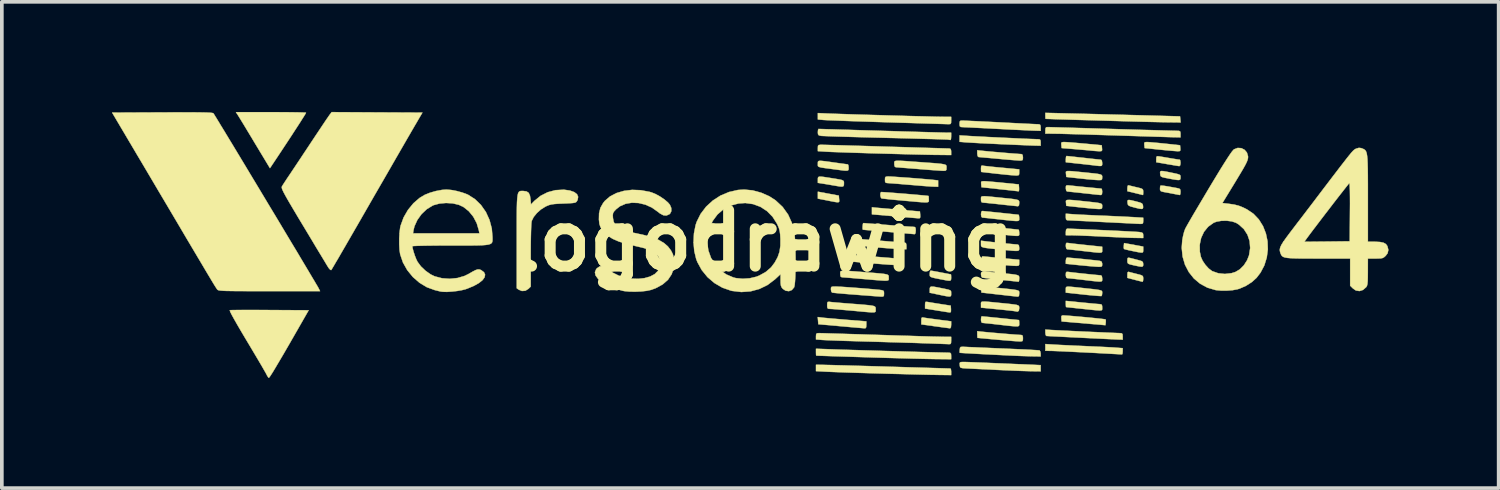
<source format=kicad_pcb>
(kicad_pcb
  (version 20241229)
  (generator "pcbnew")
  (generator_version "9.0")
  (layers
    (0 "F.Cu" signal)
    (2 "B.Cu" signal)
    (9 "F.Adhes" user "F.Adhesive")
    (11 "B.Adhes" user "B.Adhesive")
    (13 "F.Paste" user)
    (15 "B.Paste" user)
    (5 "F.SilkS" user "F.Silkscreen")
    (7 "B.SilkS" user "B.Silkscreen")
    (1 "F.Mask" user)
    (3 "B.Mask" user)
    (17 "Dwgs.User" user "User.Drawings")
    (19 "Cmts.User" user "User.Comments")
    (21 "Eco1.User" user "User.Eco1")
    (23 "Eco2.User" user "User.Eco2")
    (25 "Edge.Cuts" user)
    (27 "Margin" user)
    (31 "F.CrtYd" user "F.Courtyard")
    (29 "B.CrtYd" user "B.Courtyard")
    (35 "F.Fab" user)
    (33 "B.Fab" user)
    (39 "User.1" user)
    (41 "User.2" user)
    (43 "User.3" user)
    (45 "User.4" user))
  (footprint "logodrawing"
    (layer "F.Cu")
    (at 17.709 3.511)
    (property "Reference" "logodrawing" (at 0 0 0) (layer "F.SilkS") (effects (font (size 1.524 1.524) (thickness 0.3))))
    (attr through_hole)
    (fp_poly (pts (xy 1.81 -1.285) (xy 2.095 -1.232) (xy 2.103 -1.136) (xy 2.107 -1.095) (xy 2.105 -1.067) (xy 2.09 -1.053) (xy 2.054 -1.05) (xy 1.989 -1.059) (xy 1.887 -1.078) (xy 1.784 -1.099) (xy 1.524 -1.149) (xy 1.524 -1.338) (xy 1.81 -1.285)) (stroke (width 0.01) (type solid)) (fill yes) (layer "F.SilkS"))
    (fp_poly (pts (xy 10.389 0.157) (xy 10.389 0.244) (xy 10.388 0.284) (xy 10.382 0.309) (xy 10.362 0.321) (xy 10.319 0.32) (xy 10.244 0.308) (xy 10.13 0.285) (xy 10.101 0.279) (xy 10.001 0.258) (xy 9.921 0.239) (xy 9.873 0.225) (xy 9.865 0.221) (xy 9.858 0.189) (xy 9.86 0.135) (xy 9.868 0.062) (xy 10.389 0.157)) (stroke (width 0.01) (type solid)) (fill yes) (layer "F.SilkS"))
    (fp_poly (pts (xy 8.263 2.035) (xy 8.354 2.041) (xy 8.473 2.051) (xy 8.61 2.063) (xy 8.757 2.076) (xy 8.906 2.09) (xy 9.047 2.104) (xy 9.173 2.117) (xy 9.273 2.128) (xy 9.34 2.137) (xy 9.364 2.142) (xy 9.37 2.173) (xy 9.368 2.227) (xy 9.36 2.299) (xy 8.166 2.197) (xy 8.158 2.115) (xy 8.158 2.058) (xy 8.177 2.035) (xy 8.209 2.032) (xy 8.263 2.035)) (stroke (width 0.01) (type solid)) (fill yes) (layer "F.SilkS"))
    (fp_poly (pts (xy 4.502 1.664) (xy 4.515 1.666) (xy 4.568 1.675) (xy 4.658 1.69) (xy 4.771 1.708) (xy 4.864 1.723) (xy 5.144 1.766) (xy 5.151 1.861) (xy 5.15 1.928) (xy 5.132 1.953) (xy 5.126 1.953) (xy 5.089 1.948) (xy 5.013 1.937) (xy 4.908 1.92) (xy 4.785 1.901) (xy 4.769 1.898) (xy 4.445 1.846) (xy 4.445 1.749) (xy 4.448 1.687) (xy 4.463 1.662) (xy 4.502 1.664)) (stroke (width 0.01) (type solid)) (fill yes) (layer "F.SilkS"))
    (fp_poly (pts (xy 10.001 0.848) (xy 10.048 0.861) (xy 10.126 0.881) (xy 10.217 0.904) (xy 10.307 0.927) (xy 10.358 0.946) (xy 10.382 0.97) (xy 10.388 1.006) (xy 10.389 1.032) (xy 10.384 1.089) (xy 10.372 1.115) (xy 10.37 1.115) (xy 10.338 1.108) (xy 10.27 1.091) (xy 10.179 1.068) (xy 10.154 1.061) (xy 9.957 1.01) (xy 9.957 0.923) (xy 9.961 0.864) (xy 9.98 0.845) (xy 10.001 0.848)) (stroke (width 0.01) (type solid)) (fill yes) (layer "F.SilkS"))
    (fp_poly (pts (xy 10.028 -1.502) (xy 10.101 -1.484) (xy 10.194 -1.462) (xy 10.204 -1.46) (xy 10.298 -1.437) (xy 10.353 -1.419) (xy 10.38 -1.397) (xy 10.388 -1.365) (xy 10.389 -1.331) (xy 10.387 -1.274) (xy 10.383 -1.248) (xy 10.382 -1.248) (xy 10.356 -1.254) (xy 10.293 -1.27) (xy 10.204 -1.292) (xy 10.166 -1.301) (xy 9.957 -1.352) (xy 9.957 -1.437) (xy 9.965 -1.499) (xy 9.989 -1.513) (xy 10.028 -1.502)) (stroke (width 0.01) (type solid)) (fill yes) (layer "F.SilkS"))
    (fp_poly (pts (xy 1.63 2.091) (xy 1.688 2.098) (xy 1.787 2.107) (xy 1.919 2.119) (xy 2.073 2.132) (xy 2.24 2.146) (xy 2.292 2.151) (xy 2.845 2.195) (xy 2.845 2.291) (xy 2.84 2.356) (xy 2.821 2.382) (xy 2.8 2.384) (xy 2.763 2.381) (xy 2.683 2.374) (xy 2.568 2.364) (xy 2.425 2.352) (xy 2.261 2.337) (xy 2.146 2.327) (xy 1.537 2.273) (xy 1.529 2.175) (xy 1.521 2.077) (xy 1.63 2.091)) (stroke (width 0.01) (type solid)) (fill yes) (layer "F.SilkS"))
    (fp_poly (pts (xy 3.143 -0.899) (xy 3.215 -0.893) (xy 3.326 -0.883) (xy 3.466 -0.871) (xy 3.625 -0.857) (xy 3.791 -0.843) (xy 3.797 -0.842) (xy 4.305 -0.8) (xy 4.313 -0.705) (xy 4.315 -0.643) (xy 4.301 -0.617) (xy 4.264 -0.613) (xy 4.262 -0.613) (xy 4.221 -0.617) (xy 4.137 -0.624) (xy 4.018 -0.634) (xy 3.872 -0.646) (xy 3.707 -0.66) (xy 3.6 -0.669) (xy 2.997 -0.721) (xy 2.997 -0.914) (xy 3.143 -0.899)) (stroke (width 0.01) (type solid)) (fill yes) (layer "F.SilkS"))
    (fp_poly (pts (xy 4.395 2.089) (xy 4.401 2.091) (xy 4.446 2.099) (xy 4.531 2.112) (xy 4.644 2.127) (xy 4.774 2.144) (xy 4.807 2.149) (xy 5.156 2.193) (xy 5.156 2.29) (xy 5.149 2.36) (xy 5.127 2.384) (xy 5.124 2.384) (xy 5.089 2.379) (xy 5.013 2.369) (xy 4.906 2.355) (xy 4.779 2.337) (xy 4.718 2.329) (xy 4.343 2.277) (xy 4.343 2.177) (xy 4.346 2.113) (xy 4.361 2.088) (xy 4.395 2.089)) (stroke (width 0.01) (type solid)) (fill yes) (layer "F.SilkS"))
    (fp_poly (pts (xy 6.02 0.423) (xy 6.056 0.427) (xy 6.135 0.434) (xy 6.246 0.445) (xy 6.382 0.458) (xy 6.534 0.472) (xy 7.01 0.516) (xy 7.01 0.601) (xy 7.008 0.652) (xy 6.992 0.676) (xy 6.95 0.683) (xy 6.89 0.682) (xy 6.822 0.679) (xy 6.715 0.67) (xy 6.584 0.658) (xy 6.439 0.644) (xy 6.375 0.638) (xy 5.982 0.597) (xy 5.982 0.508) (xy 5.989 0.445) (xy 6.012 0.423) (xy 6.02 0.423)) (stroke (width 0.01) (type solid)) (fill yes) (layer "F.SilkS"))
    (fp_poly (pts (xy 4.68 1.25) (xy 4.776 1.267) (xy 4.856 1.283) (xy 4.982 1.308) (xy 5.067 1.327) (xy 5.119 1.344) (xy 5.146 1.361) (xy 5.155 1.384) (xy 5.156 1.417) (xy 5.156 1.436) (xy 5.156 1.476) (xy 5.149 1.503) (xy 5.127 1.516) (xy 5.084 1.517) (xy 5.01 1.506) (xy 4.899 1.484) (xy 4.82 1.467) (xy 4.572 1.416) (xy 4.572 1.33) (xy 4.575 1.285) (xy 4.588 1.258) (xy 4.62 1.247) (xy 4.68 1.25)) (stroke (width 0.01) (type solid)) (fill yes) (layer "F.SilkS"))
    (fp_poly (pts (xy 6.063 -1.624) (xy 6.121 -1.621) (xy 6.218 -1.613) (xy 6.344 -1.602) (xy 6.487 -1.589) (xy 6.579 -1.579) (xy 6.998 -1.537) (xy 7.006 -1.441) (xy 7.006 -1.381) (xy 6.997 -1.35) (xy 6.993 -1.349) (xy 6.962 -1.353) (xy 6.889 -1.361) (xy 6.782 -1.373) (xy 6.648 -1.388) (xy 6.496 -1.404) (xy 6.477 -1.406) (xy 5.982 -1.46) (xy 5.974 -1.543) (xy 5.972 -1.597) (xy 5.989 -1.62) (xy 6.039 -1.624) (xy 6.063 -1.624)) (stroke (width 0.01) (type solid)) (fill yes) (layer "F.SilkS"))
    (fp_poly (pts (xy 10.014 0.464) (xy 10.084 0.481) (xy 10.169 0.503) (xy 10.264 0.528) (xy 10.281 0.533) (xy 10.349 0.554) (xy 10.38 0.581) (xy 10.388 0.625) (xy 10.389 0.636) (xy 10.387 0.675) (xy 10.375 0.698) (xy 10.344 0.706) (xy 10.286 0.699) (xy 10.191 0.68) (xy 10.128 0.666) (xy 10.038 0.645) (xy 9.987 0.627) (xy 9.964 0.604) (xy 9.957 0.568) (xy 9.957 0.542) (xy 9.959 0.487) (xy 9.974 0.463) (xy 10.014 0.464)) (stroke (width 0.01) (type solid)) (fill yes) (layer "F.SilkS"))
    (fp_poly (pts (xy 10.055 -1.106) (xy 10.149 -1.083) (xy 10.198 -1.071) (xy 10.29 -1.046) (xy 10.344 -1.025) (xy 10.371 -1.001) (xy 10.381 -0.966) (xy 10.384 -0.945) (xy 10.385 -0.901) (xy 10.374 -0.875) (xy 10.342 -0.868) (xy 10.28 -0.876) (xy 10.18 -0.9) (xy 10.135 -0.912) (xy 10.046 -0.936) (xy 9.996 -0.958) (xy 9.972 -0.984) (xy 9.963 -1.024) (xy 9.962 -1.036) (xy 9.959 -1.08) (xy 9.968 -1.105) (xy 9.997 -1.114) (xy 10.055 -1.106)) (stroke (width 0.01) (type solid)) (fill yes) (layer "F.SilkS"))
    (fp_poly (pts (xy 10.508 -2.69) (xy 10.567 -2.687) (xy 10.665 -2.678) (xy 10.79 -2.667) (xy 10.931 -2.653) (xy 10.998 -2.646) (xy 11.392 -2.603) (xy 11.4 -2.521) (xy 11.402 -2.467) (xy 11.385 -2.445) (xy 11.335 -2.441) (xy 11.311 -2.442) (xy 11.252 -2.446) (xy 11.154 -2.454) (xy 11.028 -2.465) (xy 10.887 -2.479) (xy 10.82 -2.486) (xy 10.427 -2.527) (xy 10.419 -2.61) (xy 10.417 -2.663) (xy 10.434 -2.686) (xy 10.484 -2.691) (xy 10.508 -2.69)) (stroke (width 0.01) (type solid)) (fill yes) (layer "F.SilkS"))
    (fp_poly (pts (xy 10.82 -2.301) (xy 10.827 -2.3) (xy 10.889 -2.29) (xy 10.985 -2.274) (xy 11.097 -2.255) (xy 11.138 -2.248) (xy 11.241 -2.231) (xy 11.324 -2.218) (xy 11.376 -2.211) (xy 11.386 -2.21) (xy 11.398 -2.187) (xy 11.404 -2.132) (xy 11.405 -2.121) (xy 11.396 -2.057) (xy 11.374 -2.035) (xy 11.373 -2.035) (xy 11.336 -2.04) (xy 11.261 -2.052) (xy 11.158 -2.07) (xy 11.043 -2.089) (xy 10.744 -2.141) (xy 10.744 -2.227) (xy 10.748 -2.285) (xy 10.768 -2.305) (xy 10.82 -2.301)) (stroke (width 0.01) (type solid)) (fill yes) (layer "F.SilkS"))
    (fp_poly (pts (xy 8.26 -2.69) (xy 8.321 -2.687) (xy 8.423 -2.68) (xy 8.552 -2.669) (xy 8.7 -2.656) (xy 8.814 -2.646) (xy 9.258 -2.603) (xy 9.266 -2.521) (xy 9.269 -2.47) (xy 9.254 -2.446) (xy 9.21 -2.441) (xy 9.165 -2.442) (xy 9.075 -2.448) (xy 8.992 -2.455) (xy 8.979 -2.456) (xy 8.926 -2.462) (xy 8.835 -2.471) (xy 8.716 -2.481) (xy 8.58 -2.493) (xy 8.534 -2.497) (xy 8.166 -2.527) (xy 8.158 -2.61) (xy 8.156 -2.661) (xy 8.17 -2.685) (xy 8.215 -2.691) (xy 8.26 -2.69)) (stroke (width 0.01) (type solid)) (fill yes) (layer "F.SilkS"))
    (fp_poly (pts (xy 1.68 -1.741) (xy 1.796 -1.723) (xy 1.854 -1.714) (xy 2 -1.691) (xy 2.103 -1.673) (xy 2.17 -1.659) (xy 2.21 -1.643) (xy 2.229 -1.624) (xy 2.235 -1.599) (xy 2.235 -1.564) (xy 2.235 -1.56) (xy 2.233 -1.514) (xy 2.218 -1.487) (xy 2.184 -1.476) (xy 2.119 -1.481) (xy 2.015 -1.498) (xy 1.994 -1.502) (xy 1.898 -1.518) (xy 1.782 -1.538) (xy 1.695 -1.552) (xy 1.524 -1.579) (xy 1.524 -1.666) (xy 1.525 -1.707) (xy 1.533 -1.733) (xy 1.556 -1.747) (xy 1.602 -1.749) (xy 1.68 -1.741)) (stroke (width 0.01) (type solid)) (fill yes) (layer "F.SilkS"))
    (fp_poly (pts (xy 10.94 -1.898) (xy 11.033 -1.882) (xy 11.104 -1.867) (xy 11.231 -1.841) (xy 11.316 -1.822) (xy 11.367 -1.806) (xy 11.394 -1.79) (xy 11.403 -1.769) (xy 11.405 -1.739) (xy 11.405 -1.727) (xy 11.403 -1.69) (xy 11.392 -1.667) (xy 11.363 -1.656) (xy 11.31 -1.658) (xy 11.224 -1.671) (xy 11.098 -1.694) (xy 11.074 -1.699) (xy 10.971 -1.719) (xy 10.906 -1.736) (xy 10.872 -1.754) (xy 10.857 -1.78) (xy 10.851 -1.819) (xy 10.851 -1.822) (xy 10.848 -1.866) (xy 10.857 -1.892) (xy 10.885 -1.902) (xy 10.94 -1.898)) (stroke (width 0.01) (type solid)) (fill yes) (layer "F.SilkS"))
    (fp_poly (pts (xy 10.954 -1.499) (xy 11.041 -1.485) (xy 11.043 -1.485) (xy 11.148 -1.466) (xy 11.247 -1.448) (xy 11.309 -1.437) (xy 11.372 -1.422) (xy 11.399 -1.395) (xy 11.405 -1.341) (xy 11.405 -1.332) (xy 11.4 -1.275) (xy 11.388 -1.248) (xy 11.386 -1.248) (xy 11.353 -1.254) (xy 11.284 -1.267) (xy 11.195 -1.284) (xy 11.189 -1.285) (xy 11.086 -1.305) (xy 10.991 -1.322) (xy 10.928 -1.334) (xy 10.871 -1.351) (xy 10.848 -1.385) (xy 10.846 -1.419) (xy 10.85 -1.475) (xy 10.859 -1.503) (xy 10.888 -1.505) (xy 10.954 -1.499)) (stroke (width 0.01) (type solid)) (fill yes) (layer "F.SilkS"))
    (fp_poly (pts (xy 4.63 0.817) (xy 4.702 0.83) (xy 4.801 0.848) (xy 4.882 0.864) (xy 4.99 0.884) (xy 5.078 0.901) (xy 5.134 0.912) (xy 5.15 0.914) (xy 5.154 0.937) (xy 5.156 0.992) (xy 5.156 1.003) (xy 5.154 1.052) (xy 5.14 1.08) (xy 5.106 1.088) (xy 5.04 1.081) (xy 4.953 1.064) (xy 4.808 1.036) (xy 4.705 1.015) (xy 4.637 0.998) (xy 4.598 0.982) (xy 4.578 0.963) (xy 4.572 0.939) (xy 4.572 0.906) (xy 4.572 0.9) (xy 4.578 0.842) (xy 4.594 0.813) (xy 4.596 0.813) (xy 4.63 0.817)) (stroke (width 0.01) (type solid)) (fill yes) (layer "F.SilkS"))
    (fp_poly (pts (xy 6.013 -2.049) (xy 6.052 -2.042) (xy 6.132 -2.033) (xy 6.246 -2.02) (xy 6.383 -2.006) (xy 6.534 -1.992) (xy 7.01 -1.947) (xy 7.01 -1.863) (xy 7.008 -1.81) (xy 6.99 -1.786) (xy 6.942 -1.78) (xy 6.902 -1.781) (xy 6.84 -1.785) (xy 6.738 -1.793) (xy 6.61 -1.806) (xy 6.466 -1.821) (xy 6.388 -1.829) (xy 6.251 -1.845) (xy 6.132 -1.858) (xy 6.042 -1.869) (xy 5.987 -1.875) (xy 5.975 -1.877) (xy 5.971 -1.901) (xy 5.969 -1.958) (xy 5.969 -1.97) (xy 5.973 -2.03) (xy 5.991 -2.051) (xy 6.013 -2.049)) (stroke (width 0.01) (type solid)) (fill yes) (layer "F.SilkS"))
    (fp_poly (pts (xy 6.075 1.248) (xy 6.164 1.255) (xy 6.291 1.268) (xy 6.434 1.283) (xy 6.619 1.302) (xy 6.76 1.317) (xy 6.862 1.33) (xy 6.932 1.341) (xy 6.976 1.353) (xy 7 1.368) (xy 7.01 1.386) (xy 7.011 1.409) (xy 7.01 1.437) (xy 7.004 1.498) (xy 6.982 1.52) (xy 6.966 1.521) (xy 6.927 1.517) (xy 6.847 1.508) (xy 6.734 1.496) (xy 6.597 1.48) (xy 6.452 1.464) (xy 5.982 1.41) (xy 5.974 1.327) (xy 5.97 1.294) (xy 5.972 1.27) (xy 5.986 1.255) (xy 6.018 1.248) (xy 6.075 1.248)) (stroke (width 0.01) (type solid)) (fill yes) (layer "F.SilkS"))
    (fp_poly (pts (xy 8.354 0.46) (xy 8.437 0.467) (xy 8.548 0.477) (xy 8.676 0.489) (xy 8.812 0.503) (xy 8.944 0.517) (xy 9.06 0.529) (xy 9.152 0.539) (xy 9.206 0.547) (xy 9.214 0.548) (xy 9.257 0.57) (xy 9.271 0.622) (xy 9.271 0.635) (xy 9.268 0.683) (xy 9.248 0.704) (xy 9.197 0.709) (xy 9.163 0.708) (xy 9.099 0.704) (xy 8.997 0.696) (xy 8.869 0.685) (xy 8.727 0.671) (xy 8.668 0.666) (xy 8.28 0.626) (xy 8.28 0.542) (xy 8.289 0.482) (xy 8.31 0.457) (xy 8.312 0.457) (xy 8.354 0.46)) (stroke (width 0.01) (type solid)) (fill yes) (layer "F.SilkS"))
    (fp_poly (pts (xy 8.386 1.25) (xy 8.474 1.258) (xy 8.602 1.271) (xy 8.703 1.282) (xy 8.887 1.302) (xy 9.026 1.317) (xy 9.127 1.33) (xy 9.195 1.341) (xy 9.238 1.353) (xy 9.261 1.366) (xy 9.27 1.383) (xy 9.271 1.405) (xy 9.271 1.422) (xy 9.265 1.478) (xy 9.252 1.505) (xy 9.222 1.505) (xy 9.149 1.5) (xy 9.043 1.491) (xy 8.91 1.479) (xy 8.76 1.464) (xy 8.757 1.463) (xy 8.28 1.413) (xy 8.28 1.329) (xy 8.28 1.295) (xy 8.283 1.271) (xy 8.297 1.256) (xy 8.329 1.249) (xy 8.386 1.25)) (stroke (width 0.01) (type solid)) (fill yes) (layer "F.SilkS"))
    (fp_poly (pts (xy 8.719 1.681) (xy 8.866 1.695) (xy 8.999 1.708) (xy 9.109 1.718) (xy 9.184 1.724) (xy 9.214 1.726) (xy 9.253 1.735) (xy 9.269 1.77) (xy 9.271 1.816) (xy 9.272 1.847) (xy 9.271 1.871) (xy 9.263 1.887) (xy 9.24 1.896) (xy 9.196 1.898) (xy 9.126 1.894) (xy 9.022 1.884) (xy 8.88 1.869) (xy 8.725 1.853) (xy 8.583 1.838) (xy 8.46 1.824) (xy 8.364 1.814) (xy 8.304 1.807) (xy 8.287 1.805) (xy 8.282 1.782) (xy 8.28 1.727) (xy 8.28 1.72) (xy 8.28 1.637) (xy 8.719 1.681)) (stroke (width 0.01) (type solid)) (fill yes) (layer "F.SilkS"))
    (fp_poly (pts (xy -13.161 -3.505) (xy -12.963 -3.504) (xy -12.788 -3.502) (xy -12.64 -3.5) (xy -12.526 -3.497) (xy -12.451 -3.494) (xy -12.421 -3.491) (xy -12.421 -3.491) (xy -12.434 -3.464) (xy -12.473 -3.4) (xy -12.534 -3.304) (xy -12.613 -3.179) (xy -12.709 -3.032) (xy -12.817 -2.865) (xy -12.935 -2.686) (xy -13.06 -2.497) (xy -13.137 -2.38) (xy -13.404 -1.979) (xy -13.814 -2.659) (xy -13.917 -2.831) (xy -14.015 -2.993) (xy -14.102 -3.138) (xy -14.176 -3.259) (xy -14.233 -3.352) (xy -14.269 -3.41) (xy -14.277 -3.423) (xy -14.331 -3.505) (xy -13.376 -3.505) (xy -13.161 -3.505)) (stroke (width 0.01) (type solid)) (fill yes) (layer "F.SilkS"))
    (fp_poly (pts (xy 6.148 1.66) (xy 6.267 1.671) (xy 6.429 1.687) (xy 6.452 1.69) (xy 6.633 1.707) (xy 6.771 1.722) (xy 6.87 1.734) (xy 6.938 1.745) (xy 6.979 1.759) (xy 7.001 1.775) (xy 7.009 1.796) (xy 7.011 1.823) (xy 7.01 1.843) (xy 7 1.907) (xy 6.963 1.93) (xy 6.896 1.918) (xy 6.864 1.913) (xy 6.789 1.904) (xy 6.682 1.892) (xy 6.549 1.878) (xy 6.42 1.865) (xy 5.969 1.821) (xy 5.969 1.736) (xy 5.968 1.703) (xy 5.971 1.68) (xy 5.984 1.664) (xy 6.013 1.656) (xy 6.066 1.655) (xy 6.148 1.66)) (stroke (width 0.01) (type solid)) (fill yes) (layer "F.SilkS"))
    (fp_poly (pts (xy 8.33 -2.308) (xy 8.402 -2.3) (xy 8.508 -2.289) (xy 8.638 -2.274) (xy 8.763 -2.261) (xy 8.909 -2.244) (xy 9.039 -2.23) (xy 9.143 -2.219) (xy 9.213 -2.212) (xy 9.239 -2.21) (xy 9.262 -2.187) (xy 9.271 -2.125) (xy 9.271 -2.121) (xy 9.271 -2.078) (xy 9.263 -2.051) (xy 9.24 -2.039) (xy 9.19 -2.039) (xy 9.105 -2.048) (xy 9.03 -2.058) (xy 8.941 -2.068) (xy 8.819 -2.082) (xy 8.682 -2.097) (xy 8.579 -2.108) (xy 8.28 -2.14) (xy 8.28 -2.226) (xy 8.285 -2.283) (xy 8.297 -2.31) (xy 8.299 -2.311) (xy 8.33 -2.308)) (stroke (width 0.01) (type solid)) (fill yes) (layer "F.SilkS"))
    (fp_poly (pts (xy 8.345 0.059) (xy 8.35 0.06) (xy 8.398 0.067) (xy 8.487 0.078) (xy 8.606 0.091) (xy 8.745 0.106) (xy 8.846 0.117) (xy 9.271 0.161) (xy 9.271 0.245) (xy 9.272 0.276) (xy 9.27 0.299) (xy 9.259 0.314) (xy 9.233 0.322) (xy 9.186 0.323) (xy 9.11 0.318) (xy 8.999 0.306) (xy 8.848 0.289) (xy 8.75 0.278) (xy 8.61 0.262) (xy 8.487 0.248) (xy 8.39 0.238) (xy 8.329 0.231) (xy 8.312 0.23) (xy 8.29 0.206) (xy 8.28 0.143) (xy 8.28 0.138) (xy 8.284 0.078) (xy 8.301 0.056) (xy 8.345 0.059)) (stroke (width 0.01) (type solid)) (fill yes) (layer "F.SilkS"))
    (fp_poly (pts (xy 8.473 -1.109) (xy 8.598 -1.097) (xy 8.767 -1.079) (xy 8.776 -1.078) (xy 8.945 -1.06) (xy 9.071 -1.046) (xy 9.16 -1.034) (xy 9.217 -1.022) (xy 9.25 -1.008) (xy 9.266 -0.991) (xy 9.271 -0.968) (xy 9.271 -0.939) (xy 9.268 -0.892) (xy 9.248 -0.871) (xy 9.197 -0.866) (xy 9.163 -0.867) (xy 9.099 -0.871) (xy 8.997 -0.879) (xy 8.869 -0.891) (xy 8.727 -0.906) (xy 8.674 -0.911) (xy 8.293 -0.953) (xy 8.285 -1.035) (xy 8.282 -1.068) (xy 8.284 -1.091) (xy 8.298 -1.107) (xy 8.33 -1.114) (xy 8.386 -1.115) (xy 8.473 -1.109)) (stroke (width 0.01) (type solid)) (fill yes) (layer "F.SilkS"))
    (fp_poly (pts (xy 8.458 -1.896) (xy 8.578 -1.884) (xy 8.741 -1.868) (xy 8.763 -1.866) (xy 8.935 -1.848) (xy 9.063 -1.835) (xy 9.154 -1.823) (xy 9.213 -1.811) (xy 9.248 -1.797) (xy 9.265 -1.78) (xy 9.271 -1.758) (xy 9.271 -1.728) (xy 9.271 -1.727) (xy 9.268 -1.681) (xy 9.251 -1.659) (xy 9.205 -1.654) (xy 9.15 -1.655) (xy 9.081 -1.659) (xy 8.974 -1.668) (xy 8.843 -1.68) (xy 8.701 -1.695) (xy 8.661 -1.699) (xy 8.293 -1.74) (xy 8.285 -1.822) (xy 8.282 -1.854) (xy 8.282 -1.878) (xy 8.294 -1.893) (xy 8.323 -1.901) (xy 8.375 -1.901) (xy 8.458 -1.896)) (stroke (width 0.01) (type solid)) (fill yes) (layer "F.SilkS"))
    (fp_poly (pts (xy 6.077 0.011) (xy 6.144 0.019) (xy 6.243 0.03) (xy 6.365 0.043) (xy 6.499 0.057) (xy 6.634 0.071) (xy 6.76 0.083) (xy 6.866 0.093) (xy 6.942 0.099) (xy 6.976 0.102) (xy 7.002 0.125) (xy 7.01 0.191) (xy 7.01 0.225) (xy 7.006 0.25) (xy 6.991 0.266) (xy 6.958 0.274) (xy 6.901 0.275) (xy 6.814 0.269) (xy 6.689 0.257) (xy 6.52 0.24) (xy 6.515 0.24) (xy 6.336 0.221) (xy 6.201 0.207) (xy 6.103 0.194) (xy 6.038 0.182) (xy 5.998 0.168) (xy 5.977 0.152) (xy 5.97 0.13) (xy 5.969 0.101) (xy 5.969 0.086) (xy 5.969 -0.003) (xy 6.077 0.011)) (stroke (width 0.01) (type solid)) (fill yes) (layer "F.SilkS"))
    (fp_poly (pts (xy 1.636 -2.177) (xy 1.727 -2.167) (xy 1.857 -2.149) (xy 1.968 -2.133) (xy 2.097 -2.115) (xy 2.208 -2.1) (xy 2.291 -2.089) (xy 2.337 -2.083) (xy 2.342 -2.083) (xy 2.355 -2.06) (xy 2.362 -2.006) (xy 2.362 -1.994) (xy 2.362 -1.956) (xy 2.357 -1.93) (xy 2.338 -1.915) (xy 2.3 -1.91) (xy 2.233 -1.914) (xy 2.131 -1.927) (xy 1.994 -1.945) (xy 1.829 -1.967) (xy 1.708 -1.983) (xy 1.623 -1.996) (xy 1.569 -2.009) (xy 1.539 -2.022) (xy 1.526 -2.038) (xy 1.523 -2.06) (xy 1.524 -2.089) (xy 1.524 -2.097) (xy 1.524 -2.133) (xy 1.528 -2.158) (xy 1.544 -2.173) (xy 1.577 -2.18) (xy 1.636 -2.177)) (stroke (width 0.01) (type solid)) (fill yes) (layer "F.SilkS"))
    (fp_poly (pts (xy 3.504 -1.751) (xy 3.601 -1.745) (xy 3.729 -1.736) (xy 3.878 -1.726) (xy 4.04 -1.714) (xy 4.204 -1.701) (xy 4.361 -1.688) (xy 4.5 -1.676) (xy 4.613 -1.666) (xy 4.655 -1.662) (xy 4.801 -1.646) (xy 4.801 -1.473) (xy 4.68 -1.476) (xy 4.618 -1.479) (xy 4.515 -1.486) (xy 4.381 -1.496) (xy 4.226 -1.509) (xy 4.06 -1.523) (xy 4.026 -1.525) (xy 3.862 -1.539) (xy 3.712 -1.552) (xy 3.584 -1.562) (xy 3.487 -1.569) (xy 3.43 -1.573) (xy 3.423 -1.573) (xy 3.376 -1.58) (xy 3.356 -1.608) (xy 3.353 -1.664) (xy 3.356 -1.722) (xy 3.377 -1.747) (xy 3.429 -1.753) (xy 3.448 -1.753) (xy 3.504 -1.751)) (stroke (width 0.01) (type solid)) (fill yes) (layer "F.SilkS"))
    (fp_poly (pts (xy 5.541 3.302) (xy 5.635 3.305) (xy 5.767 3.31) (xy 5.931 3.316) (xy 6.121 3.324) (xy 6.331 3.333) (xy 6.554 3.342) (xy 6.598 3.344) (xy 7.595 3.388) (xy 7.595 3.556) (xy 7.334 3.553) (xy 7.236 3.55) (xy 7.098 3.546) (xy 6.929 3.54) (xy 6.741 3.532) (xy 6.543 3.523) (xy 6.388 3.516) (xy 6.197 3.506) (xy 6.015 3.498) (xy 5.851 3.49) (xy 5.712 3.483) (xy 5.607 3.478) (xy 5.55 3.475) (xy 5.465 3.469) (xy 5.419 3.459) (xy 5.398 3.437) (xy 5.391 3.397) (xy 5.39 3.385) (xy 5.387 3.333) (xy 5.402 3.309) (xy 5.448 3.302) (xy 5.491 3.301) (xy 5.541 3.302)) (stroke (width 0.01) (type solid)) (fill yes) (layer "F.SilkS"))
    (fp_poly (pts (xy 8.376 -1.508) (xy 8.449 -1.501) (xy 8.552 -1.49) (xy 8.675 -1.477) (xy 8.807 -1.464) (xy 8.938 -1.451) (xy 9.058 -1.44) (xy 9.156 -1.43) (xy 9.224 -1.424) (xy 9.249 -1.422) (xy 9.264 -1.4) (xy 9.271 -1.345) (xy 9.271 -1.333) (xy 9.265 -1.272) (xy 9.243 -1.249) (xy 9.227 -1.248) (xy 9.187 -1.252) (xy 9.107 -1.26) (xy 8.995 -1.272) (xy 8.861 -1.287) (xy 8.763 -1.297) (xy 8.621 -1.313) (xy 8.496 -1.326) (xy 8.396 -1.336) (xy 8.332 -1.343) (xy 8.312 -1.345) (xy 8.29 -1.369) (xy 8.28 -1.43) (xy 8.28 -1.433) (xy 8.283 -1.489) (xy 8.302 -1.511) (xy 8.352 -1.511) (xy 8.376 -1.508)) (stroke (width 0.01) (type solid)) (fill yes) (layer "F.SilkS"))
    (fp_poly (pts (xy 2.665 -0.048) (xy 2.738 -0.042) (xy 2.847 -0.033) (xy 2.985 -0.022) (xy 3.144 -0.009) (xy 3.251 0) (xy 3.422 0.014) (xy 3.578 0.027) (xy 3.71 0.037) (xy 3.812 0.045) (xy 3.876 0.049) (xy 3.893 0.05) (xy 3.924 0.064) (xy 3.936 0.112) (xy 3.937 0.14) (xy 3.937 0.229) (xy 3.778 0.225) (xy 3.702 0.222) (xy 3.586 0.214) (xy 3.443 0.204) (xy 3.283 0.191) (xy 3.124 0.177) (xy 2.972 0.163) (xy 2.837 0.151) (xy 2.729 0.141) (xy 2.655 0.134) (xy 2.623 0.13) (xy 2.623 0.13) (xy 2.616 0.104) (xy 2.616 0.052) (xy 2.621 -0.004) (xy 2.63 -0.044) (xy 2.635 -0.05) (xy 2.665 -0.048)) (stroke (width 0.01) (type solid)) (fill yes) (layer "F.SilkS"))
    (fp_poly (pts (xy 6.001 -2.453) (xy 6.07 -2.446) (xy 6.174 -2.436) (xy 6.302 -2.424) (xy 6.445 -2.412) (xy 6.594 -2.399) (xy 6.738 -2.387) (xy 6.868 -2.377) (xy 6.974 -2.369) (xy 7.047 -2.364) (xy 7.075 -2.362) (xy 7.103 -2.341) (xy 7.112 -2.275) (xy 7.112 -2.273) (xy 7.109 -2.218) (xy 7.092 -2.193) (xy 7.046 -2.187) (xy 7.004 -2.188) (xy 6.944 -2.192) (xy 6.845 -2.199) (xy 6.715 -2.21) (xy 6.565 -2.223) (xy 6.413 -2.237) (xy 6.261 -2.251) (xy 6.125 -2.263) (xy 6.013 -2.273) (xy 5.936 -2.28) (xy 5.9 -2.283) (xy 5.899 -2.284) (xy 5.877 -2.309) (xy 5.867 -2.371) (xy 5.867 -2.377) (xy 5.867 -2.467) (xy 6.001 -2.453)) (stroke (width 0.01) (type solid)) (fill yes) (layer "F.SilkS"))
    (fp_poly (pts (xy 6.035 -0.81) (xy 6.111 -0.802) (xy 6.221 -0.791) (xy 6.356 -0.777) (xy 6.502 -0.762) (xy 6.652 -0.746) (xy 6.784 -0.732) (xy 6.89 -0.721) (xy 6.962 -0.714) (xy 6.991 -0.711) (xy 7.004 -0.689) (xy 7.01 -0.634) (xy 7.01 -0.622) (xy 7.011 -0.59) (xy 7.009 -0.566) (xy 6.998 -0.55) (xy 6.972 -0.541) (xy 6.924 -0.539) (xy 6.849 -0.544) (xy 6.74 -0.554) (xy 6.592 -0.57) (xy 6.452 -0.586) (xy 6.31 -0.601) (xy 6.184 -0.615) (xy 6.085 -0.625) (xy 6.02 -0.632) (xy 6.001 -0.633) (xy 5.978 -0.658) (xy 5.969 -0.719) (xy 5.969 -0.724) (xy 5.977 -0.788) (xy 6 -0.812) (xy 6.001 -0.812) (xy 6.035 -0.81)) (stroke (width 0.01) (type solid)) (fill yes) (layer "F.SilkS"))
    (fp_poly (pts (xy 6.035 -0.404) (xy 6.111 -0.396) (xy 6.221 -0.385) (xy 6.356 -0.371) (xy 6.502 -0.356) (xy 6.652 -0.34) (xy 6.784 -0.326) (xy 6.89 -0.315) (xy 6.962 -0.308) (xy 6.991 -0.305) (xy 7.004 -0.283) (xy 7.01 -0.227) (xy 7.01 -0.216) (xy 7.011 -0.184) (xy 7.01 -0.16) (xy 7 -0.144) (xy 6.975 -0.135) (xy 6.928 -0.134) (xy 6.855 -0.138) (xy 6.747 -0.149) (xy 6.599 -0.165) (xy 6.477 -0.179) (xy 6.334 -0.195) (xy 6.206 -0.208) (xy 6.103 -0.219) (xy 6.035 -0.225) (xy 6.013 -0.227) (xy 5.982 -0.242) (xy 5.97 -0.291) (xy 5.969 -0.318) (xy 5.977 -0.381) (xy 5.999 -0.406) (xy 6.001 -0.406) (xy 6.035 -0.404)) (stroke (width 0.01) (type solid)) (fill yes) (layer "F.SilkS"))
    (fp_poly (pts (xy 6.178 0.846) (xy 6.305 0.858) (xy 6.476 0.875) (xy 6.502 0.877) (xy 6.675 0.895) (xy 6.803 0.908) (xy 6.893 0.92) (xy 6.953 0.933) (xy 6.988 0.947) (xy 7.005 0.966) (xy 7.01 0.991) (xy 7.01 1.023) (xy 7.01 1.029) (xy 7.006 1.087) (xy 6.994 1.114) (xy 6.991 1.114) (xy 6.961 1.111) (xy 6.889 1.103) (xy 6.782 1.092) (xy 6.65 1.078) (xy 6.502 1.063) (xy 6.352 1.047) (xy 6.218 1.032) (xy 6.109 1.019) (xy 6.034 1.009) (xy 6.001 1.003) (xy 5.978 0.973) (xy 5.969 0.915) (xy 5.97 0.885) (xy 5.975 0.863) (xy 5.993 0.848) (xy 6.028 0.841) (xy 6.088 0.84) (xy 6.178 0.846)) (stroke (width 0.01) (type solid)) (fill yes) (layer "F.SilkS"))
    (fp_poly (pts (xy 8.349 0.847) (xy 8.376 0.851) (xy 8.443 0.859) (xy 8.543 0.871) (xy 8.664 0.884) (xy 8.796 0.898) (xy 8.928 0.912) (xy 9.048 0.924) (xy 9.147 0.933) (xy 9.212 0.939) (xy 9.232 0.94) (xy 9.26 0.958) (xy 9.271 1.016) (xy 9.271 1.029) (xy 9.272 1.061) (xy 9.27 1.085) (xy 9.259 1.101) (xy 9.233 1.11) (xy 9.185 1.111) (xy 9.109 1.105) (xy 8.997 1.093) (xy 8.845 1.075) (xy 8.763 1.065) (xy 8.624 1.049) (xy 8.501 1.035) (xy 8.403 1.025) (xy 8.34 1.019) (xy 8.325 1.018) (xy 8.293 1.003) (xy 8.281 0.954) (xy 8.28 0.927) (xy 8.283 0.869) (xy 8.301 0.846) (xy 8.349 0.847)) (stroke (width 0.01) (type solid)) (fill yes) (layer "F.SilkS"))
    (fp_poly (pts (xy 8.49 -3.467) (xy 8.697 -3.462) (xy 8.943 -3.456) (xy 9.217 -3.449) (xy 9.506 -3.441) (xy 9.799 -3.434) (xy 10.084 -3.426) (xy 10.325 -3.42) (xy 11.392 -3.391) (xy 11.408 -3.226) (xy 11.057 -3.23) (xy 10.966 -3.231) (xy 10.83 -3.234) (xy 10.655 -3.238) (xy 10.447 -3.243) (xy 10.212 -3.249) (xy 9.956 -3.256) (xy 9.685 -3.264) (xy 9.405 -3.272) (xy 9.22 -3.277) (xy 8.951 -3.285) (xy 8.696 -3.292) (xy 8.462 -3.299) (xy 8.253 -3.306) (xy 8.072 -3.311) (xy 7.925 -3.316) (xy 7.815 -3.32) (xy 7.748 -3.322) (xy 7.728 -3.324) (xy 7.724 -3.349) (xy 7.722 -3.404) (xy 7.722 -3.407) (xy 7.722 -3.486) (xy 8.49 -3.467)) (stroke (width 0.01) (type solid)) (fill yes) (layer "F.SilkS"))
    (fp_poly (pts (xy 5.988 2.476) (xy 6.058 2.483) (xy 6.163 2.493) (xy 6.292 2.505) (xy 6.436 2.517) (xy 6.586 2.53) (xy 6.731 2.542) (xy 6.861 2.552) (xy 6.967 2.56) (xy 7.038 2.564) (xy 7.062 2.565) (xy 7.097 2.576) (xy 7.11 2.616) (xy 7.112 2.654) (xy 7.109 2.71) (xy 7.092 2.735) (xy 7.046 2.741) (xy 7.004 2.74) (xy 6.945 2.737) (xy 6.846 2.73) (xy 6.716 2.719) (xy 6.564 2.707) (xy 6.402 2.693) (xy 6.388 2.691) (xy 6.233 2.678) (xy 6.097 2.665) (xy 5.987 2.655) (xy 5.91 2.648) (xy 5.875 2.644) (xy 5.874 2.644) (xy 5.87 2.62) (xy 5.867 2.564) (xy 5.867 2.552) (xy 5.867 2.462) (xy 5.988 2.476)) (stroke (width 0.01) (type solid)) (fill yes) (layer "F.SilkS"))
    (fp_poly (pts (xy 6.153 -1.21) (xy 6.275 -1.198) (xy 6.44 -1.181) (xy 6.442 -1.181) (xy 6.625 -1.162) (xy 6.765 -1.148) (xy 6.865 -1.135) (xy 6.934 -1.123) (xy 6.977 -1.11) (xy 7 -1.094) (xy 7.009 -1.073) (xy 7.011 -1.046) (xy 7.01 -1.026) (xy 7.004 -0.966) (xy 6.981 -0.944) (xy 6.966 -0.943) (xy 6.927 -0.947) (xy 6.846 -0.955) (xy 6.734 -0.967) (xy 6.601 -0.981) (xy 6.502 -0.992) (xy 6.358 -1.008) (xy 6.228 -1.021) (xy 6.122 -1.032) (xy 6.05 -1.038) (xy 6.026 -1.04) (xy 5.987 -1.049) (xy 5.971 -1.084) (xy 5.969 -1.13) (xy 5.969 -1.165) (xy 5.972 -1.19) (xy 5.985 -1.206) (xy 6.015 -1.214) (xy 6.069 -1.215) (xy 6.153 -1.21)) (stroke (width 0.01) (type solid)) (fill yes) (layer "F.SilkS"))
    (fp_poly (pts (xy 7.982 2.829) (xy 8.085 2.835) (xy 8.227 2.842) (xy 8.397 2.85) (xy 8.583 2.859) (xy 8.774 2.867) (xy 8.852 2.871) (xy 9.035 2.879) (xy 9.213 2.887) (xy 9.375 2.895) (xy 9.511 2.902) (xy 9.612 2.908) (xy 9.646 2.911) (xy 9.83 2.925) (xy 9.83 3.012) (xy 9.825 3.069) (xy 9.813 3.095) (xy 9.811 3.095) (xy 9.782 3.093) (xy 9.708 3.089) (xy 9.595 3.083) (xy 9.45 3.075) (xy 9.277 3.066) (xy 9.084 3.055) (xy 8.915 3.047) (xy 8.702 3.036) (xy 8.497 3.026) (xy 8.309 3.017) (xy 8.146 3.009) (xy 8.013 3.004) (xy 7.919 3) (xy 7.88 2.999) (xy 7.722 2.997) (xy 7.722 2.813) (xy 7.982 2.829)) (stroke (width 0.01) (type solid)) (fill yes) (layer "F.SilkS"))
    (fp_poly (pts (xy 2.051 1.247) (xy 2.152 1.252) (xy 2.284 1.261) (xy 2.436 1.272) (xy 2.6 1.284) (xy 2.765 1.297) (xy 2.921 1.31) (xy 3.059 1.322) (xy 3.169 1.333) (xy 3.194 1.335) (xy 3.271 1.345) (xy 3.311 1.36) (xy 3.325 1.388) (xy 3.327 1.437) (xy 3.323 1.496) (xy 3.302 1.518) (xy 3.258 1.521) (xy 3.213 1.518) (xy 3.126 1.512) (xy 3.004 1.503) (xy 2.856 1.491) (xy 2.688 1.479) (xy 2.565 1.469) (xy 2.392 1.456) (xy 2.234 1.443) (xy 2.1 1.431) (xy 1.996 1.421) (xy 1.931 1.414) (xy 1.911 1.41) (xy 1.889 1.379) (xy 1.88 1.322) (xy 1.883 1.274) (xy 1.902 1.252) (xy 1.952 1.245) (xy 1.991 1.245) (xy 2.051 1.247)) (stroke (width 0.01) (type solid)) (fill yes) (layer "F.SilkS"))
    (fp_poly (pts (xy 2.469 0.384) (xy 2.549 0.39) (xy 2.665 0.399) (xy 2.807 0.41) (xy 2.97 0.423) (xy 3.073 0.432) (xy 3.243 0.446) (xy 3.395 0.458) (xy 3.523 0.469) (xy 3.619 0.477) (xy 3.676 0.481) (xy 3.689 0.482) (xy 3.702 0.505) (xy 3.708 0.56) (xy 3.708 0.572) (xy 3.708 0.66) (xy 3.588 0.657) (xy 3.526 0.654) (xy 3.423 0.647) (xy 3.289 0.637) (xy 3.134 0.625) (xy 2.967 0.611) (xy 2.934 0.608) (xy 2.775 0.595) (xy 2.635 0.583) (xy 2.52 0.573) (xy 2.438 0.565) (xy 2.397 0.561) (xy 2.394 0.561) (xy 2.39 0.537) (xy 2.388 0.481) (xy 2.388 0.47) (xy 2.394 0.407) (xy 2.417 0.383) (xy 2.432 0.382) (xy 2.469 0.384)) (stroke (width 0.01) (type solid)) (fill yes) (layer "F.SilkS"))
    (fp_poly (pts (xy 6.02 2.06) (xy 6.092 2.067) (xy 6.2 2.077) (xy 6.333 2.091) (xy 6.485 2.106) (xy 6.502 2.108) (xy 6.655 2.124) (xy 6.789 2.138) (xy 6.896 2.148) (xy 6.97 2.156) (xy 7.002 2.159) (xy 7.003 2.159) (xy 7.008 2.181) (xy 7.01 2.236) (xy 7.01 2.248) (xy 7.011 2.28) (xy 7.008 2.305) (xy 6.996 2.321) (xy 6.969 2.33) (xy 6.919 2.331) (xy 6.841 2.326) (xy 6.729 2.315) (xy 6.577 2.298) (xy 6.464 2.285) (xy 6.323 2.269) (xy 6.198 2.255) (xy 6.097 2.245) (xy 6.032 2.238) (xy 6.013 2.237) (xy 5.982 2.222) (xy 5.97 2.172) (xy 5.969 2.146) (xy 5.974 2.088) (xy 5.987 2.058) (xy 5.989 2.057) (xy 6.02 2.06)) (stroke (width 0.01) (type solid)) (fill yes) (layer "F.SilkS"))
    (fp_poly (pts (xy -13.759 1.884) (xy -13.539 1.885) (xy -13.418 1.886) (xy -12.349 1.892) (xy -12.691 2.489) (xy -12.865 2.792) (xy -13.015 3.051) (xy -13.142 3.267) (xy -13.245 3.441) (xy -13.325 3.574) (xy -13.384 3.667) (xy -13.42 3.719) (xy -13.435 3.734) (xy -13.456 3.713) (xy -13.487 3.662) (xy -13.496 3.643) (xy -13.52 3.598) (xy -13.567 3.516) (xy -13.632 3.403) (xy -13.712 3.267) (xy -13.804 3.112) (xy -13.902 2.947) (xy -13.921 2.915) (xy -14.075 2.658) (xy -14.203 2.442) (xy -14.306 2.265) (xy -14.386 2.124) (xy -14.444 2.019) (xy -14.481 1.946) (xy -14.497 1.904) (xy -14.498 1.891) (xy -14.471 1.888) (xy -14.398 1.887) (xy -14.285 1.885) (xy -14.138 1.884) (xy -13.961 1.884) (xy -13.759 1.884)) (stroke (width 0.01) (type solid)) (fill yes) (layer "F.SilkS"))
    (fp_poly (pts (xy 5.62 -2.858) (xy 5.717 -2.852) (xy 5.849 -2.845) (xy 6.009 -2.837) (xy 6.19 -2.827) (xy 6.384 -2.818) (xy 6.584 -2.808) (xy 6.782 -2.799) (xy 6.97 -2.79) (xy 7.141 -2.782) (xy 7.288 -2.776) (xy 7.403 -2.772) (xy 7.478 -2.769) (xy 7.499 -2.769) (xy 7.562 -2.765) (xy 7.588 -2.746) (xy 7.595 -2.697) (xy 7.595 -2.68) (xy 7.595 -2.591) (xy 7.449 -2.594) (xy 7.386 -2.596) (xy 7.281 -2.6) (xy 7.14 -2.606) (xy 6.972 -2.613) (xy 6.785 -2.621) (xy 6.586 -2.63) (xy 6.528 -2.632) (xy 6.324 -2.642) (xy 6.128 -2.651) (xy 5.947 -2.66) (xy 5.791 -2.669) (xy 5.666 -2.676) (xy 5.583 -2.681) (xy 5.569 -2.682) (xy 5.385 -2.697) (xy 5.385 -2.873) (xy 5.62 -2.858)) (stroke (width 0.01) (type solid)) (fill yes) (layer "F.SilkS"))
    (fp_poly (pts (xy 3.272 -1.328) (xy 3.342 -1.324) (xy 3.446 -1.317) (xy 3.575 -1.307) (xy 3.722 -1.295) (xy 3.878 -1.283) (xy 4.035 -1.27) (xy 4.184 -1.257) (xy 4.317 -1.245) (xy 4.427 -1.235) (xy 4.503 -1.227) (xy 4.539 -1.222) (xy 4.54 -1.222) (xy 4.544 -1.198) (xy 4.547 -1.141) (xy 4.547 -1.13) (xy 4.548 -1.102) (xy 4.547 -1.08) (xy 4.54 -1.063) (xy 4.521 -1.053) (xy 4.483 -1.048) (xy 4.422 -1.048) (xy 4.333 -1.053) (xy 4.209 -1.063) (xy 4.046 -1.078) (xy 3.837 -1.096) (xy 3.835 -1.097) (xy 3.673 -1.111) (xy 3.527 -1.125) (xy 3.405 -1.138) (xy 3.315 -1.148) (xy 3.264 -1.154) (xy 3.258 -1.156) (xy 3.237 -1.186) (xy 3.226 -1.241) (xy 3.229 -1.297) (xy 3.245 -1.328) (xy 3.272 -1.328)) (stroke (width 0.01) (type solid)) (fill yes) (layer "F.SilkS"))
    (fp_poly (pts (xy 8.375 -0.33) (xy 8.469 -0.326) (xy 8.597 -0.321) (xy 8.754 -0.315) (xy 8.931 -0.307) (xy 9.122 -0.298) (xy 9.32 -0.289) (xy 9.517 -0.28) (xy 9.706 -0.271) (xy 9.88 -0.262) (xy 10.032 -0.254) (xy 10.154 -0.247) (xy 10.24 -0.242) (xy 10.281 -0.239) (xy 10.349 -0.227) (xy 10.38 -0.207) (xy 10.388 -0.167) (xy 10.389 -0.151) (xy 10.389 -0.076) (xy 10.154 -0.08) (xy 10.06 -0.082) (xy 9.926 -0.087) (xy 9.763 -0.094) (xy 9.581 -0.102) (xy 9.392 -0.111) (xy 9.296 -0.116) (xy 9.11 -0.125) (xy 8.929 -0.133) (xy 8.764 -0.14) (xy 8.623 -0.146) (xy 8.517 -0.149) (xy 8.477 -0.15) (xy 8.28 -0.152) (xy 8.28 -0.241) (xy 8.287 -0.304) (xy 8.311 -0.329) (xy 8.325 -0.331) (xy 8.375 -0.33)) (stroke (width 0.01) (type solid)) (fill yes) (layer "F.SilkS"))
    (fp_poly (pts (xy 8.465 -0.725) (xy 8.544 -0.72) (xy 8.663 -0.713) (xy 8.814 -0.706) (xy 8.985 -0.698) (xy 9.167 -0.689) (xy 9.258 -0.686) (xy 9.448 -0.678) (xy 9.637 -0.669) (xy 9.815 -0.661) (xy 9.97 -0.653) (xy 10.091 -0.647) (xy 10.128 -0.645) (xy 10.389 -0.629) (xy 10.389 -0.543) (xy 10.384 -0.485) (xy 10.362 -0.463) (xy 10.306 -0.461) (xy 10.262 -0.463) (xy 10.173 -0.467) (xy 10.047 -0.474) (xy 9.889 -0.482) (xy 9.707 -0.491) (xy 9.507 -0.501) (xy 9.347 -0.509) (xy 9.137 -0.52) (xy 8.939 -0.53) (xy 8.761 -0.539) (xy 8.608 -0.546) (xy 8.488 -0.552) (xy 8.407 -0.556) (xy 8.376 -0.557) (xy 8.313 -0.561) (xy 8.287 -0.582) (xy 8.28 -0.632) (xy 8.28 -0.649) (xy 8.28 -0.739) (xy 8.465 -0.725)) (stroke (width 0.01) (type solid)) (fill yes) (layer "F.SilkS"))
    (fp_poly (pts (xy 2.792 -0.481) (xy 2.865 -0.475) (xy 2.975 -0.467) (xy 3.114 -0.456) (xy 3.276 -0.443) (xy 3.416 -0.432) (xy 3.594 -0.418) (xy 3.759 -0.405) (xy 3.902 -0.395) (xy 4.016 -0.387) (xy 4.093 -0.382) (xy 4.121 -0.381) (xy 4.166 -0.376) (xy 4.186 -0.353) (xy 4.191 -0.295) (xy 4.191 -0.279) (xy 4.184 -0.207) (xy 4.162 -0.181) (xy 4.159 -0.181) (xy 4.126 -0.184) (xy 4.05 -0.191) (xy 3.936 -0.201) (xy 3.793 -0.213) (xy 3.627 -0.227) (xy 3.445 -0.242) (xy 3.442 -0.243) (xy 3.261 -0.258) (xy 3.098 -0.272) (xy 2.958 -0.284) (xy 2.849 -0.293) (xy 2.778 -0.3) (xy 2.75 -0.303) (xy 2.75 -0.303) (xy 2.743 -0.327) (xy 2.743 -0.379) (xy 2.748 -0.436) (xy 2.756 -0.476) (xy 2.762 -0.482) (xy 2.792 -0.481)) (stroke (width 0.01) (type solid)) (fill yes) (layer "F.SilkS"))
    (fp_poly (pts (xy 7.88 2.429) (xy 7.953 2.433) (xy 8.064 2.439) (xy 8.206 2.446) (xy 8.373 2.454) (xy 8.557 2.463) (xy 8.751 2.472) (xy 8.946 2.481) (xy 9.136 2.489) (xy 9.314 2.497) (xy 9.471 2.504) (xy 9.601 2.509) (xy 9.696 2.513) (xy 9.749 2.515) (xy 9.753 2.515) (xy 9.805 2.52) (xy 9.826 2.545) (xy 9.83 2.603) (xy 9.83 2.692) (xy 9.709 2.689) (xy 9.656 2.687) (xy 9.558 2.682) (xy 9.424 2.676) (xy 9.259 2.668) (xy 9.07 2.659) (xy 8.864 2.649) (xy 8.687 2.64) (xy 8.477 2.63) (xy 8.283 2.62) (xy 8.11 2.611) (xy 7.964 2.604) (xy 7.853 2.598) (xy 7.78 2.594) (xy 7.753 2.593) (xy 7.731 2.568) (xy 7.722 2.508) (xy 7.722 2.505) (xy 7.722 2.419) (xy 7.88 2.429)) (stroke (width 0.01) (type solid)) (fill yes) (layer "F.SilkS"))
    (fp_poly (pts (xy 2.288 0.817) (xy 2.392 0.823) (xy 2.533 0.833) (xy 2.719 0.848) (xy 2.755 0.851) (xy 2.961 0.867) (xy 3.122 0.881) (xy 3.244 0.892) (xy 3.332 0.902) (xy 3.391 0.913) (xy 3.428 0.926) (xy 3.447 0.942) (xy 3.454 0.962) (xy 3.455 0.987) (xy 3.454 1.005) (xy 3.456 1.033) (xy 3.455 1.055) (xy 3.448 1.071) (xy 3.428 1.081) (xy 3.39 1.086) (xy 3.329 1.086) (xy 3.238 1.08) (xy 3.113 1.071) (xy 2.948 1.057) (xy 2.756 1.04) (xy 2.594 1.027) (xy 2.448 1.014) (xy 2.326 1.004) (xy 2.235 0.997) (xy 2.184 0.993) (xy 2.178 0.993) (xy 2.146 0.977) (xy 2.134 0.927) (xy 2.134 0.902) (xy 2.133 0.871) (xy 2.135 0.847) (xy 2.146 0.83) (xy 2.171 0.82) (xy 2.216 0.815) (xy 2.288 0.817)) (stroke (width 0.01) (type solid)) (fill yes) (layer "F.SilkS"))
    (fp_poly (pts (xy 3.839 -2.177) (xy 3.971 -2.168) (xy 4.144 -2.155) (xy 4.276 -2.146) (xy 4.491 -2.13) (xy 4.661 -2.118) (xy 4.791 -2.107) (xy 4.886 -2.097) (xy 4.952 -2.086) (xy 4.994 -2.075) (xy 5.017 -2.06) (xy 5.027 -2.042) (xy 5.03 -2.019) (xy 5.029 -1.992) (xy 5.027 -1.938) (xy 5.009 -1.913) (xy 4.963 -1.907) (xy 4.921 -1.908) (xy 4.864 -1.911) (xy 4.766 -1.918) (xy 4.635 -1.927) (xy 4.481 -1.939) (xy 4.313 -1.952) (xy 4.255 -1.957) (xy 4.089 -1.97) (xy 3.939 -1.982) (xy 3.812 -1.992) (xy 3.717 -2) (xy 3.661 -2.004) (xy 3.651 -2.004) (xy 3.62 -2.02) (xy 3.607 -2.07) (xy 3.607 -2.095) (xy 3.606 -2.125) (xy 3.607 -2.148) (xy 3.616 -2.165) (xy 3.638 -2.176) (xy 3.678 -2.181) (xy 3.744 -2.181) (xy 3.839 -2.177)) (stroke (width 0.01) (type solid)) (fill yes) (layer "F.SilkS"))
    (fp_poly (pts (xy 1.861 1.665) (xy 1.911 1.671) (xy 2.003 1.679) (xy 2.127 1.69) (xy 2.273 1.702) (xy 2.432 1.714) (xy 2.438 1.715) (xy 2.638 1.73) (xy 2.793 1.743) (xy 2.909 1.754) (xy 2.991 1.765) (xy 3.045 1.776) (xy 3.077 1.791) (xy 3.093 1.808) (xy 3.099 1.831) (xy 3.099 1.861) (xy 3.099 1.868) (xy 3.1 1.897) (xy 3.099 1.92) (xy 3.091 1.936) (xy 3.07 1.946) (xy 3.03 1.95) (xy 2.965 1.948) (xy 2.869 1.941) (xy 2.738 1.93) (xy 2.564 1.913) (xy 2.464 1.904) (xy 2.304 1.89) (xy 2.155 1.877) (xy 2.027 1.866) (xy 1.931 1.859) (xy 1.874 1.856) (xy 1.873 1.856) (xy 1.812 1.852) (xy 1.785 1.833) (xy 1.778 1.784) (xy 1.778 1.754) (xy 1.78 1.69) (xy 1.796 1.664) (xy 1.836 1.662) (xy 1.861 1.665)) (stroke (width 0.01) (type solid)) (fill yes) (layer "F.SilkS"))
    (fp_poly (pts (xy 5.512 2.889) (xy 5.563 2.891) (xy 5.658 2.896) (xy 5.792 2.901) (xy 5.956 2.909) (xy 6.146 2.917) (xy 6.354 2.926) (xy 6.574 2.935) (xy 6.579 2.935) (xy 6.794 2.945) (xy 6.995 2.954) (xy 7.174 2.962) (xy 7.326 2.97) (xy 7.445 2.977) (xy 7.526 2.982) (xy 7.562 2.985) (xy 7.563 2.986) (xy 7.585 3.015) (xy 7.595 3.073) (xy 7.595 3.15) (xy 7.322 3.146) (xy 7.227 3.143) (xy 7.091 3.139) (xy 6.921 3.132) (xy 6.728 3.123) (xy 6.52 3.113) (xy 6.305 3.102) (xy 6.223 3.098) (xy 6.024 3.088) (xy 5.841 3.078) (xy 5.682 3.069) (xy 5.551 3.062) (xy 5.455 3.056) (xy 5.4 3.052) (xy 5.39 3.051) (xy 5.386 3.027) (xy 5.389 2.971) (xy 5.39 2.965) (xy 5.397 2.915) (xy 5.417 2.892) (xy 5.465 2.887) (xy 5.512 2.889)) (stroke (width 0.01) (type solid)) (fill yes) (layer "F.SilkS"))
    (fp_poly (pts (xy 5.495 -3.275) (xy 5.58 -3.271) (xy 5.704 -3.265) (xy 5.861 -3.258) (xy 6.044 -3.249) (xy 6.248 -3.239) (xy 6.467 -3.228) (xy 6.502 -3.226) (xy 6.722 -3.215) (xy 6.928 -3.204) (xy 7.113 -3.195) (xy 7.273 -3.187) (xy 7.4 -3.181) (xy 7.489 -3.177) (xy 7.535 -3.176) (xy 7.537 -3.175) (xy 7.576 -3.167) (xy 7.592 -3.133) (xy 7.595 -3.086) (xy 7.595 -2.997) (xy 7.449 -3.001) (xy 7.388 -3.003) (xy 7.284 -3.007) (xy 7.144 -3.014) (xy 6.975 -3.022) (xy 6.783 -3.031) (xy 6.577 -3.042) (xy 6.439 -3.049) (xy 6.23 -3.06) (xy 6.034 -3.07) (xy 5.857 -3.079) (xy 5.706 -3.087) (xy 5.587 -3.092) (xy 5.508 -3.096) (xy 5.48 -3.097) (xy 5.418 -3.101) (xy 5.391 -3.121) (xy 5.385 -3.171) (xy 5.385 -3.188) (xy 5.389 -3.248) (xy 5.41 -3.272) (xy 5.455 -3.276) (xy 5.495 -3.275)) (stroke (width 0.01) (type solid)) (fill yes) (layer "F.SilkS"))
    (fp_poly (pts (xy 1.607 3.379) (xy 1.655 3.379) (xy 1.749 3.382) (xy 1.885 3.385) (xy 2.057 3.39) (xy 2.262 3.395) (xy 2.495 3.402) (xy 2.751 3.409) (xy 3.025 3.417) (xy 3.313 3.425) (xy 3.429 3.429) (xy 3.717 3.437) (xy 3.991 3.446) (xy 4.245 3.453) (xy 4.476 3.46) (xy 4.679 3.466) (xy 4.85 3.471) (xy 4.985 3.475) (xy 5.08 3.478) (xy 5.13 3.479) (xy 5.137 3.479) (xy 5.15 3.502) (xy 5.156 3.557) (xy 5.156 3.569) (xy 5.156 3.658) (xy 4.82 3.654) (xy 4.724 3.652) (xy 4.585 3.65) (xy 4.409 3.646) (xy 4.202 3.641) (xy 3.972 3.635) (xy 3.726 3.628) (xy 3.471 3.622) (xy 3.264 3.616) (xy 3.008 3.609) (xy 2.758 3.601) (xy 2.521 3.594) (xy 2.302 3.587) (xy 2.109 3.58) (xy 1.949 3.574) (xy 1.827 3.569) (xy 1.759 3.566) (xy 1.473 3.551) (xy 1.473 3.378) (xy 1.607 3.379)) (stroke (width 0.01) (type solid)) (fill yes) (layer "F.SilkS"))
    (fp_poly (pts (xy 1.848 -3.466) (xy 1.955 -3.462) (xy 2.102 -3.457) (xy 2.282 -3.451) (xy 2.49 -3.444) (xy 2.719 -3.437) (xy 2.964 -3.43) (xy 3.219 -3.423) (xy 3.478 -3.415) (xy 3.734 -3.408) (xy 3.981 -3.401) (xy 4.215 -3.395) (xy 4.428 -3.39) (xy 4.615 -3.385) (xy 4.77 -3.381) (xy 4.886 -3.379) (xy 4.958 -3.378) (xy 4.962 -3.378) (xy 5.156 -3.378) (xy 5.156 -3.277) (xy 5.154 -3.212) (xy 5.137 -3.183) (xy 5.093 -3.178) (xy 5.061 -3.179) (xy 5.019 -3.18) (xy 4.931 -3.183) (xy 4.801 -3.187) (xy 4.635 -3.192) (xy 4.437 -3.198) (xy 4.212 -3.205) (xy 3.964 -3.213) (xy 3.698 -3.221) (xy 3.418 -3.23) (xy 3.404 -3.23) (xy 3.121 -3.239) (xy 2.851 -3.248) (xy 2.596 -3.256) (xy 2.362 -3.264) (xy 2.155 -3.272) (xy 1.978 -3.279) (xy 1.837 -3.284) (xy 1.737 -3.289) (xy 1.683 -3.292) (xy 1.683 -3.292) (xy 1.524 -3.306) (xy 1.524 -3.48) (xy 1.848 -3.466)) (stroke (width 0.01) (type solid)) (fill yes) (layer "F.SilkS"))
    (fp_poly (pts (xy 1.924 2.957) (xy 2.03 2.961) (xy 2.173 2.966) (xy 2.35 2.971) (xy 2.553 2.977) (xy 2.777 2.984) (xy 3.017 2.991) (xy 3.267 2.999) (xy 3.521 3.006) (xy 3.774 3.013) (xy 4.02 3.02) (xy 4.253 3.027) (xy 4.469 3.033) (xy 4.66 3.038) (xy 4.823 3.042) (xy 4.95 3.045) (xy 5.037 3.047) (xy 5.074 3.048) (xy 5.129 3.052) (xy 5.152 3.076) (xy 5.156 3.134) (xy 5.156 3.137) (xy 5.156 3.226) (xy 4.743 3.222) (xy 4.638 3.22) (xy 4.489 3.217) (xy 4.301 3.213) (xy 4.082 3.208) (xy 3.839 3.201) (xy 3.577 3.194) (xy 3.303 3.186) (xy 3.023 3.178) (xy 2.908 3.174) (xy 2.645 3.166) (xy 2.397 3.158) (xy 2.169 3.151) (xy 1.966 3.145) (xy 1.792 3.139) (xy 1.652 3.134) (xy 1.551 3.131) (xy 1.492 3.128) (xy 1.48 3.127) (xy 1.475 3.103) (xy 1.473 3.046) (xy 1.473 3.032) (xy 1.473 2.941) (xy 1.924 2.957)) (stroke (width 0.01) (type solid)) (fill yes) (layer "F.SilkS"))
    (fp_poly (pts (xy 1.676 -2.615) (xy 1.766 -2.613) (xy 1.897 -2.609) (xy 2.066 -2.605) (xy 2.267 -2.599) (xy 2.496 -2.592) (xy 2.748 -2.585) (xy 3.019 -2.577) (xy 3.305 -2.568) (xy 3.404 -2.565) (xy 3.691 -2.557) (xy 3.963 -2.549) (xy 4.217 -2.541) (xy 4.448 -2.534) (xy 4.652 -2.528) (xy 4.824 -2.523) (xy 4.959 -2.519) (xy 5.055 -2.516) (xy 5.105 -2.515) (xy 5.112 -2.515) (xy 5.143 -2.501) (xy 5.155 -2.454) (xy 5.156 -2.426) (xy 5.156 -2.337) (xy 4.782 -2.341) (xy 4.677 -2.342) (xy 4.53 -2.345) (xy 4.345 -2.349) (xy 4.132 -2.354) (xy 3.897 -2.36) (xy 3.647 -2.367) (xy 3.389 -2.374) (xy 3.2 -2.379) (xy 2.948 -2.386) (xy 2.703 -2.394) (xy 2.473 -2.401) (xy 2.263 -2.408) (xy 2.079 -2.415) (xy 1.929 -2.42) (xy 1.817 -2.425) (xy 1.759 -2.428) (xy 1.524 -2.443) (xy 1.524 -2.53) (xy 1.527 -2.584) (xy 1.545 -2.609) (xy 1.592 -2.616) (xy 1.632 -2.616) (xy 1.676 -2.615)) (stroke (width 0.01) (type solid)) (fill yes) (layer "F.SilkS"))
    (fp_poly (pts (xy 7.813 -3.098) (xy 7.895 -3.095) (xy 8.018 -3.092) (xy 8.178 -3.087) (xy 8.372 -3.082) (xy 8.595 -3.075) (xy 8.843 -3.068) (xy 9.11 -3.06) (xy 9.394 -3.051) (xy 9.512 -3.048) (xy 9.803 -3.039) (xy 10.08 -3.031) (xy 10.341 -3.023) (xy 10.579 -3.017) (xy 10.791 -3.011) (xy 10.973 -3.006) (xy 11.119 -3.002) (xy 11.225 -2.999) (xy 11.286 -2.998) (xy 11.297 -2.997) (xy 11.364 -2.995) (xy 11.395 -2.98) (xy 11.404 -2.942) (xy 11.405 -2.908) (xy 11.405 -2.819) (xy 11.22 -2.823) (xy 11.16 -2.824) (xy 11.055 -2.827) (xy 10.909 -2.832) (xy 10.729 -2.837) (xy 10.52 -2.844) (xy 10.287 -2.851) (xy 10.036 -2.859) (xy 9.772 -2.867) (xy 9.639 -2.872) (xy 9.368 -2.88) (xy 9.105 -2.888) (xy 8.854 -2.896) (xy 8.624 -2.903) (xy 8.418 -2.908) (xy 8.243 -2.913) (xy 8.105 -2.917) (xy 8.009 -2.918) (xy 7.982 -2.919) (xy 7.722 -2.921) (xy 7.722 -3.01) (xy 7.727 -3.07) (xy 7.748 -3.095) (xy 7.779 -3.098) (xy 7.813 -3.098)) (stroke (width 0.01) (type solid)) (fill yes) (layer "F.SilkS"))
    (fp_poly (pts (xy 1.571 -3.047) (xy 1.646 -3.045) (xy 1.762 -3.041) (xy 1.917 -3.037) (xy 2.106 -3.031) (xy 2.324 -3.025) (xy 2.568 -3.017) (xy 2.832 -3.009) (xy 3.114 -3.001) (xy 3.239 -2.997) (xy 3.529 -2.989) (xy 3.808 -2.98) (xy 4.069 -2.973) (xy 4.309 -2.966) (xy 4.523 -2.96) (xy 4.706 -2.955) (xy 4.853 -2.951) (xy 4.961 -2.948) (xy 5.024 -2.947) (xy 5.036 -2.947) (xy 5.156 -2.946) (xy 5.156 -2.845) (xy 5.152 -2.782) (xy 5.142 -2.749) (xy 5.137 -2.747) (xy 5.098 -2.753) (xy 5.067 -2.758) (xy 5.034 -2.76) (xy 4.954 -2.763) (xy 4.832 -2.767) (xy 4.672 -2.772) (xy 4.479 -2.777) (xy 4.257 -2.783) (xy 4.01 -2.79) (xy 3.744 -2.797) (xy 3.461 -2.804) (xy 3.353 -2.807) (xy 3.064 -2.814) (xy 2.789 -2.821) (xy 2.532 -2.828) (xy 2.297 -2.835) (xy 2.089 -2.841) (xy 1.913 -2.847) (xy 1.772 -2.852) (xy 1.671 -2.856) (xy 1.615 -2.859) (xy 1.607 -2.86) (xy 1.55 -2.874) (xy 1.528 -2.905) (xy 1.524 -2.96) (xy 1.529 -3.018) (xy 1.541 -3.047) (xy 1.543 -3.048) (xy 1.571 -3.047)) (stroke (width 0.01) (type solid)) (fill yes) (layer "F.SilkS"))
    (fp_poly (pts (xy 1.595 2.516) (xy 1.681 2.518) (xy 1.808 2.522) (xy 1.973 2.527) (xy 2.169 2.533) (xy 2.393 2.54) (xy 2.64 2.547) (xy 2.906 2.556) (xy 3.185 2.564) (xy 3.213 2.565) (xy 3.497 2.574) (xy 3.771 2.583) (xy 4.029 2.59) (xy 4.267 2.598) (xy 4.479 2.604) (xy 4.66 2.609) (xy 4.806 2.612) (xy 4.911 2.615) (xy 4.971 2.616) (xy 4.972 2.616) (xy 5.156 2.616) (xy 5.156 2.718) (xy 5.153 2.783) (xy 5.138 2.811) (xy 5.1 2.816) (xy 5.086 2.815) (xy 5.04 2.813) (xy 4.953 2.81) (xy 4.831 2.805) (xy 4.686 2.8) (xy 4.525 2.794) (xy 4.483 2.793) (xy 4.335 2.788) (xy 4.145 2.781) (xy 3.923 2.775) (xy 3.679 2.767) (xy 3.422 2.76) (xy 3.162 2.752) (xy 2.909 2.745) (xy 2.896 2.745) (xy 2.661 2.738) (xy 2.435 2.731) (xy 2.226 2.725) (xy 2.038 2.718) (xy 1.879 2.712) (xy 1.756 2.707) (xy 1.674 2.703) (xy 1.657 2.702) (xy 1.473 2.688) (xy 1.473 2.601) (xy 1.478 2.543) (xy 1.5 2.519) (xy 1.556 2.515) (xy 1.595 2.516)) (stroke (width 0.01) (type solid)) (fill yes) (layer "F.SilkS"))
    (fp_poly (pts (xy -5.384 -1.391) (xy -5.23 -1.369) (xy -5.113 -1.327) (xy -5.038 -1.27) (xy -5.007 -1.198) (xy -5.022 -1.114) (xy -5.033 -1.094) (xy -5.049 -1.068) (xy -5.07 -1.049) (xy -5.105 -1.037) (xy -5.161 -1.029) (xy -5.249 -1.023) (xy -5.377 -1.017) (xy -5.411 -1.016) (xy -5.554 -1.01) (xy -5.659 -1.002) (xy -5.737 -0.991) (xy -5.8 -0.974) (xy -5.86 -0.95) (xy -5.898 -0.932) (xy -6.02 -0.856) (xy -6.131 -0.757) (xy -6.219 -0.649) (xy -6.271 -0.544) (xy -6.273 -0.537) (xy -6.28 -0.487) (xy -6.286 -0.392) (xy -6.291 -0.259) (xy -6.295 -0.092) (xy -6.298 0.103) (xy -6.299 0.319) (xy -6.299 0.401) (xy -6.299 1.247) (xy -6.362 1.309) (xy -6.446 1.361) (xy -6.54 1.367) (xy -6.624 1.332) (xy -6.68 1.293) (xy -6.68 0.016) (xy -6.68 -0.283) (xy -6.68 -0.535) (xy -6.679 -0.745) (xy -6.677 -0.915) (xy -6.673 -1.051) (xy -6.666 -1.156) (xy -6.657 -1.233) (xy -6.645 -1.288) (xy -6.629 -1.324) (xy -6.608 -1.345) (xy -6.583 -1.355) (xy -6.552 -1.358) (xy -6.516 -1.358) (xy -6.505 -1.358) (xy -6.414 -1.346) (xy -6.354 -1.306) (xy -6.32 -1.23) (xy -6.305 -1.132) (xy -6.293 -0.991) (xy -6.197 -1.09) (xy -6.031 -1.225) (xy -5.838 -1.323) (xy -5.625 -1.38) (xy -5.405 -1.392) (xy -5.384 -1.391)) (stroke (width 0.01) (type solid)) (fill yes) (layer "F.SilkS"))
    (fp_poly (pts (xy -10.486 -3.499) (xy -9.25 -3.493) (xy -9.34 -3.34) (xy -9.39 -3.254) (xy -9.465 -3.126) (xy -9.562 -2.959) (xy -9.68 -2.755) (xy -9.818 -2.516) (xy -9.974 -2.246) (xy -10.147 -1.945) (xy -10.336 -1.617) (xy -10.54 -1.265) (xy -10.756 -0.889) (xy -10.953 -0.546) (xy -11.09 -0.309) (xy -11.22 -0.084) (xy -11.34 0.124) (xy -11.448 0.31) (xy -11.542 0.473) (xy -11.621 0.606) (xy -11.68 0.707) (xy -11.719 0.772) (xy -11.735 0.797) (xy -11.759 0.791) (xy -11.797 0.75) (xy -11.817 0.72) (xy -11.843 0.679) (xy -11.891 0.599) (xy -11.96 0.484) (xy -12.047 0.341) (xy -12.148 0.174) (xy -12.26 -0.014) (xy -12.381 -0.215) (xy -12.493 -0.401) (xy -12.637 -0.64) (xy -12.756 -0.84) (xy -12.853 -1.004) (xy -12.93 -1.136) (xy -12.988 -1.24) (xy -13.031 -1.32) (xy -13.059 -1.379) (xy -13.076 -1.421) (xy -13.082 -1.451) (xy -13.081 -1.471) (xy -13.078 -1.48) (xy -13.051 -1.525) (xy -13.003 -1.599) (xy -12.942 -1.692) (xy -12.901 -1.753) (xy -12.851 -1.827) (xy -12.777 -1.938) (xy -12.685 -2.076) (xy -12.579 -2.235) (xy -12.464 -2.409) (xy -12.344 -2.589) (xy -12.284 -2.68) (xy -12.17 -2.852) (xy -12.063 -3.012) (xy -11.967 -3.156) (xy -11.886 -3.277) (xy -11.822 -3.37) (xy -11.781 -3.43) (xy -11.767 -3.448) (xy -11.722 -3.506) (xy -10.486 -3.499)) (stroke (width 0.01) (type solid)) (fill yes) (layer "F.SilkS"))
    (fp_poly (pts (xy -15.543 -3.501) (xy -15.363 -3.499) (xy -15.22 -3.497) (xy -15.111 -3.494) (xy -15.032 -3.49) (xy -14.98 -3.484) (xy -14.952 -3.478) (xy -14.945 -3.474) (xy -14.928 -3.448) (xy -14.888 -3.383) (xy -14.825 -3.281) (xy -14.743 -3.145) (xy -14.642 -2.98) (xy -14.526 -2.788) (xy -14.396 -2.574) (xy -14.255 -2.34) (xy -14.104 -2.09) (xy -13.946 -1.827) (xy -13.782 -1.555) (xy -13.615 -1.277) (xy -13.447 -0.997) (xy -13.279 -0.719) (xy -13.114 -0.444) (xy -12.955 -0.178) (xy -12.802 0.077) (xy -12.658 0.316) (xy -12.526 0.538) (xy -12.407 0.737) (xy -12.303 0.912) (xy -12.216 1.058) (xy -12.149 1.171) (xy -12.103 1.249) (xy -12.081 1.288) (xy -12.081 1.289) (xy -12.038 1.372) (xy -13.419 1.372) (xy -13.72 1.372) (xy -13.975 1.371) (xy -14.186 1.37) (xy -14.359 1.369) (xy -14.498 1.367) (xy -14.606 1.365) (xy -14.687 1.361) (xy -14.746 1.356) (xy -14.787 1.351) (xy -14.814 1.344) (xy -14.831 1.335) (xy -14.839 1.327) (xy -14.849 1.314) (xy -14.865 1.29) (xy -14.889 1.253) (xy -14.922 1.2) (xy -14.966 1.128) (xy -15.021 1.036) (xy -15.09 0.921) (xy -15.174 0.78) (xy -15.274 0.611) (xy -15.392 0.413) (xy -15.529 0.182) (xy -15.687 -0.084) (xy -15.866 -0.388) (xy -16.069 -0.731) (xy -16.23 -1.003) (xy -16.332 -1.175) (xy -16.45 -1.374) (xy -16.574 -1.584) (xy -16.694 -1.787) (xy -16.794 -1.956) (xy -16.901 -2.137) (xy -17.025 -2.345) (xy -17.154 -2.564) (xy -17.28 -2.776) (xy -17.392 -2.966) (xy -17.396 -2.972) (xy -17.704 -3.493) (xy -16.34 -3.499) (xy -16.028 -3.5) (xy -15.763 -3.501) (xy -15.543 -3.501)) (stroke (width 0.01) (type solid)) (fill yes) (layer "F.SilkS"))
    (fp_poly (pts (xy -0.254 -1.374) (xy -0.021 -1.311) (xy 0.2 -1.214) (xy 0.374 -1.101) (xy 0.564 -0.923) (xy 0.714 -0.714) (xy 0.821 -0.477) (xy 0.877 -0.267) (xy 0.89 -0.172) (xy 0.901 -0.044) (xy 0.908 0.11) (xy 0.914 0.282) (xy 0.917 0.462) (xy 0.917 0.643) (xy 0.914 0.816) (xy 0.91 0.973) (xy 0.902 1.105) (xy 0.892 1.205) (xy 0.879 1.263) (xy 0.877 1.268) (xy 0.815 1.341) (xy 0.735 1.372) (xy 0.647 1.36) (xy 0.57 1.309) (xy 0.536 1.267) (xy 0.517 1.219) (xy 0.509 1.147) (xy 0.508 1.078) (xy 0.508 0.909) (xy 0.356 1.05) (xy 0.154 1.203) (xy -0.07 1.312) (xy -0.31 1.377) (xy -0.56 1.395) (xy -0.813 1.365) (xy -0.844 1.358) (xy -1.078 1.276) (xy -1.293 1.151) (xy -1.483 0.989) (xy -1.64 0.796) (xy -1.759 0.579) (xy -1.791 0.495) (xy -1.843 0.279) (xy -1.863 0.052) (xy -1.489 0.052) (xy -1.459 0.264) (xy -1.388 0.462) (xy -1.281 0.641) (xy -1.141 0.794) (xy -0.973 0.915) (xy -0.781 0.997) (xy -0.708 1.016) (xy -0.526 1.034) (xy -0.332 1.021) (xy -0.149 0.978) (xy -0.068 0.945) (xy 0.111 0.844) (xy 0.251 0.722) (xy 0.35 0.59) (xy 0.43 0.443) (xy 0.48 0.297) (xy 0.503 0.135) (xy 0.504 -0.049) (xy 0.497 -0.174) (xy 0.485 -0.266) (xy 0.464 -0.344) (xy 0.43 -0.425) (xy 0.411 -0.465) (xy 0.291 -0.655) (xy 0.138 -0.81) (xy -0.04 -0.926) (xy -0.239 -1) (xy -0.452 -1.03) (xy -0.64 -1.017) (xy -0.858 -0.958) (xy -1.049 -0.857) (xy -1.211 -0.718) (xy -1.34 -0.544) (xy -1.432 -0.338) (xy -1.475 -0.166) (xy -1.489 0.052) (xy -1.863 0.052) (xy -1.863 0.042) (xy -1.852 -0.198) (xy -1.808 -0.423) (xy -1.779 -0.513) (xy -1.67 -0.733) (xy -1.521 -0.929) (xy -1.338 -1.097) (xy -1.129 -1.232) (xy -0.898 -1.329) (xy -0.654 -1.385) (xy -0.483 -1.396) (xy -0.254 -1.374)) (stroke (width 0.01) (type solid)) (fill yes) (layer "F.SilkS"))
    (fp_poly (pts (xy 13.063 -2.524) (xy 13.15 -2.48) (xy 13.214 -2.405) (xy 13.244 -2.305) (xy 13.245 -2.279) (xy 13.241 -2.241) (xy 13.229 -2.196) (xy 13.206 -2.139) (xy 13.169 -2.065) (xy 13.115 -1.968) (xy 13.04 -1.841) (xy 12.943 -1.68) (xy 12.895 -1.6) (xy 12.546 -1.029) (xy 12.718 -1.009) (xy 12.869 -0.987) (xy 12.994 -0.955) (xy 13.118 -0.905) (xy 13.214 -0.857) (xy 13.393 -0.736) (xy 13.539 -0.582) (xy 13.652 -0.401) (xy 13.731 -0.2) (xy 13.776 0.014) (xy 13.784 0.235) (xy 13.755 0.455) (xy 13.689 0.669) (xy 13.584 0.868) (xy 13.476 1.009) (xy 13.347 1.125) (xy 13.187 1.227) (xy 13.016 1.302) (xy 12.954 1.321) (xy 12.824 1.345) (xy 12.668 1.357) (xy 12.51 1.357) (xy 12.373 1.344) (xy 12.361 1.342) (xy 12.137 1.276) (xy 11.939 1.169) (xy 11.769 1.026) (xy 11.631 0.852) (xy 11.527 0.652) (xy 11.462 0.431) (xy 11.438 0.194) (xy 11.444 0.104) (xy 11.928 0.104) (xy 11.931 0.299) (xy 11.96 0.438) (xy 12.007 0.544) (xy 12.082 0.654) (xy 12.171 0.753) (xy 12.261 0.822) (xy 12.27 0.827) (xy 12.433 0.884) (xy 12.613 0.903) (xy 12.795 0.882) (xy 12.903 0.848) (xy 13.023 0.776) (xy 13.132 0.666) (xy 13.219 0.53) (xy 13.272 0.395) (xy 13.303 0.197) (xy 13.288 0.008) (xy 13.229 -0.166) (xy 13.131 -0.319) (xy 12.995 -0.443) (xy 12.917 -0.491) (xy 12.805 -0.529) (xy 12.667 -0.547) (xy 12.521 -0.545) (xy 12.388 -0.522) (xy 12.306 -0.491) (xy 12.158 -0.384) (xy 12.044 -0.244) (xy 11.967 -0.079) (xy 11.928 0.104) (xy 11.444 0.104) (xy 11.453 -0.016) (xy 11.474 -0.129) (xy 11.501 -0.237) (xy 11.53 -0.319) (xy 11.53 -0.32) (xy 11.553 -0.364) (xy 11.599 -0.447) (xy 11.666 -0.563) (xy 11.75 -0.708) (xy 11.85 -0.877) (xy 11.961 -1.064) (xy 12.081 -1.266) (xy 12.183 -1.438) (xy 12.342 -1.701) (xy 12.476 -1.922) (xy 12.589 -2.103) (xy 12.681 -2.247) (xy 12.753 -2.356) (xy 12.808 -2.433) (xy 12.847 -2.479) (xy 12.865 -2.494) (xy 12.964 -2.531) (xy 13.063 -2.524)) (stroke (width 0.01) (type solid)) (fill yes) (layer "F.SilkS"))
    (fp_poly (pts (xy -3.304 -1.379) (xy -3.069 -1.336) (xy -3.006 -1.318) (xy -2.893 -1.272) (xy -2.771 -1.204) (xy -2.655 -1.125) (xy -2.561 -1.045) (xy -2.508 -0.983) (xy -2.47 -0.894) (xy -2.468 -0.808) (xy -2.503 -0.74) (xy -2.52 -0.725) (xy -2.601 -0.689) (xy -2.685 -0.696) (xy -2.779 -0.746) (xy -2.837 -0.792) (xy -3 -0.907) (xy -3.177 -0.986) (xy -3.361 -1.03) (xy -3.542 -1.038) (xy -3.713 -1.009) (xy -3.866 -0.943) (xy -3.971 -0.861) (xy -4.028 -0.801) (xy -4.056 -0.753) (xy -4.063 -0.697) (xy -4.059 -0.622) (xy -4.04 -0.522) (xy -4 -0.44) (xy -3.933 -0.373) (xy -3.833 -0.317) (xy -3.695 -0.268) (xy -3.514 -0.222) (xy -3.429 -0.205) (xy -3.176 -0.148) (xy -2.969 -0.087) (xy -2.802 -0.018) (xy -2.668 0.061) (xy -2.563 0.152) (xy -2.481 0.259) (xy -2.478 0.263) (xy -2.426 0.366) (xy -2.399 0.473) (xy -2.392 0.546) (xy -2.403 0.739) (xy -2.459 0.911) (xy -2.56 1.062) (xy -2.705 1.188) (xy -2.892 1.29) (xy -3.02 1.337) (xy -3.135 1.362) (xy -3.283 1.379) (xy -3.446 1.386) (xy -3.605 1.384) (xy -3.743 1.371) (xy -3.797 1.361) (xy -4.029 1.295) (xy -4.218 1.215) (xy -4.372 1.119) (xy -4.467 1.033) (xy -4.534 0.941) (xy -4.55 0.856) (xy -4.517 0.775) (xy -4.495 0.748) (xy -4.415 0.694) (xy -4.327 0.689) (xy -4.234 0.732) (xy -4.186 0.772) (xy -4.056 0.872) (xy -3.901 0.948) (xy -3.729 1.001) (xy -3.549 1.03) (xy -3.37 1.036) (xy -3.2 1.017) (xy -3.047 0.974) (xy -2.921 0.907) (xy -2.829 0.815) (xy -2.821 0.802) (xy -2.773 0.683) (xy -2.77 0.56) (xy -2.81 0.445) (xy -2.845 0.397) (xy -2.913 0.332) (xy -2.998 0.278) (xy -3.107 0.232) (xy -3.249 0.188) (xy -3.434 0.145) (xy -3.448 0.142) (xy -3.697 0.083) (xy -3.902 0.018) (xy -4.068 -0.055) (xy -4.2 -0.138) (xy -4.304 -0.235) (xy -4.354 -0.299) (xy -4.401 -0.378) (xy -4.428 -0.461) (xy -4.44 -0.57) (xy -4.441 -0.573) (xy -4.437 -0.75) (xy -4.4 -0.899) (xy -4.325 -1.031) (xy -4.278 -1.089) (xy -4.136 -1.211) (xy -3.96 -1.302) (xy -3.757 -1.361) (xy -3.536 -1.388) (xy -3.304 -1.379)) (stroke (width 0.01) (type solid)) (fill yes) (layer "F.SilkS"))
    (fp_poly (pts (xy -8.466 -1.385) (xy -8.312 -1.356) (xy -8.157 -1.313) (xy -8.024 -1.263) (xy -8.008 -1.256) (xy -7.818 -1.135) (xy -7.655 -0.976) (xy -7.521 -0.785) (xy -7.422 -0.568) (xy -7.36 -0.334) (xy -7.341 -0.102) (xy -7.34 -0.048) (xy -7.341 -0.003) (xy -7.348 0.034) (xy -7.365 0.063) (xy -7.397 0.085) (xy -7.448 0.102) (xy -7.523 0.113) (xy -7.625 0.121) (xy -7.759 0.125) (xy -7.93 0.127) (xy -8.142 0.127) (xy -8.399 0.127) (xy -8.479 0.127) (xy -8.704 0.127) (xy -8.912 0.129) (xy -9.099 0.131) (xy -9.258 0.134) (xy -9.385 0.137) (xy -9.474 0.141) (xy -9.52 0.145) (xy -9.525 0.147) (xy -9.515 0.21) (xy -9.49 0.302) (xy -9.456 0.405) (xy -9.418 0.502) (xy -9.382 0.574) (xy -9.289 0.699) (xy -9.163 0.818) (xy -9.023 0.916) (xy -8.915 0.968) (xy -8.716 1.02) (xy -8.505 1.035) (xy -8.296 1.014) (xy -8.102 0.957) (xy -7.99 0.902) (xy -7.878 0.837) (xy -7.799 0.797) (xy -7.74 0.779) (xy -7.694 0.781) (xy -7.649 0.798) (xy -7.648 0.799) (xy -7.572 0.856) (xy -7.542 0.923) (xy -7.558 0.997) (xy -7.615 1.074) (xy -7.713 1.152) (xy -7.849 1.228) (xy -8.021 1.3) (xy -8.077 1.32) (xy -8.177 1.345) (xy -8.304 1.367) (xy -8.44 1.382) (xy -8.572 1.391) (xy -8.683 1.39) (xy -8.75 1.382) (xy -8.806 1.369) (xy -8.885 1.349) (xy -8.915 1.342) (xy -9.13 1.264) (xy -9.331 1.142) (xy -9.511 0.985) (xy -9.663 0.799) (xy -9.78 0.591) (xy -9.856 0.368) (xy -9.856 0.367) (xy -9.874 0.248) (xy -9.882 0.098) (xy -9.882 -0.066) (xy -9.874 -0.203) (xy -9.506 -0.203) (xy -7.697 -0.203) (xy -7.713 -0.286) (xy -7.771 -0.481) (xy -7.864 -0.657) (xy -7.986 -0.806) (xy -8.129 -0.92) (xy -8.255 -0.98) (xy -8.423 -1.02) (xy -8.606 -1.031) (xy -8.785 -1.015) (xy -8.943 -0.972) (xy -8.971 -0.96) (xy -9.133 -0.861) (xy -9.275 -0.726) (xy -9.389 -0.567) (xy -9.467 -0.395) (xy -9.492 -0.293) (xy -9.506 -0.203) (xy -9.874 -0.203) (xy -9.873 -0.224) (xy -9.856 -0.36) (xy -9.844 -0.413) (xy -9.763 -0.635) (xy -9.644 -0.841) (xy -9.496 -1.022) (xy -9.326 -1.169) (xy -9.186 -1.253) (xy -9.043 -1.31) (xy -8.879 -1.357) (xy -8.718 -1.387) (xy -8.598 -1.396) (xy -8.466 -1.385)) (stroke (width 0.01) (type solid)) (fill yes) (layer "F.SilkS"))
    (fp_poly (pts (xy 16.326 -2.526) (xy 16.358 -2.514) (xy 16.392 -2.5) (xy 16.421 -2.483) (xy 16.444 -2.461) (xy 16.463 -2.428) (xy 16.478 -2.381) (xy 16.489 -2.315) (xy 16.498 -2.226) (xy 16.503 -2.109) (xy 16.507 -1.96) (xy 16.509 -1.775) (xy 16.51 -1.55) (xy 16.51 -1.28) (xy 16.51 -1.157) (xy 16.51 0.025) (xy 16.699 0.025) (xy 16.839 0.032) (xy 16.937 0.052) (xy 17.002 0.089) (xy 17.041 0.144) (xy 17.068 0.248) (xy 17.046 0.341) (xy 16.995 0.408) (xy 16.954 0.445) (xy 16.914 0.468) (xy 16.861 0.479) (xy 16.779 0.482) (xy 16.715 0.483) (xy 16.51 0.483) (xy 16.509 0.845) (xy 16.508 0.993) (xy 16.505 1.099) (xy 16.498 1.172) (xy 16.487 1.22) (xy 16.471 1.252) (xy 16.465 1.261) (xy 16.377 1.338) (xy 16.281 1.369) (xy 16.184 1.354) (xy 16.102 1.297) (xy 16.027 1.223) (xy 16.027 0.483) (xy 15.15 0.483) (xy 14.902 0.482) (xy 14.7 0.482) (xy 14.539 0.479) (xy 14.414 0.474) (xy 14.319 0.466) (xy 14.25 0.454) (xy 14.202 0.437) (xy 14.17 0.414) (xy 14.149 0.385) (xy 14.133 0.349) (xy 14.122 0.318) (xy 14.111 0.271) (xy 14.111 0.225) (xy 14.125 0.172) (xy 14.156 0.106) (xy 14.206 0.026) (xy 14.779 0.026) (xy 15.397 0.02) (xy 16.015 0.013) (xy 16.021 -0.783) (xy 16.023 -1.009) (xy 16.022 -1.202) (xy 16.02 -1.358) (xy 16.016 -1.474) (xy 16.011 -1.546) (xy 16.005 -1.571) (xy 16.004 -1.571) (xy 15.985 -1.55) (xy 15.94 -1.494) (xy 15.872 -1.408) (xy 15.786 -1.298) (xy 15.685 -1.169) (xy 15.574 -1.026) (xy 15.458 -0.874) (xy 15.339 -0.72) (xy 15.223 -0.568) (xy 15.113 -0.423) (xy 15.013 -0.292) (xy 14.928 -0.179) (xy 14.862 -0.09) (xy 14.829 -0.044) (xy 14.779 0.026) (xy 14.206 0.026) (xy 14.208 0.023) (xy 14.284 -0.084) (xy 14.386 -0.221) (xy 14.469 -0.33) (xy 14.581 -0.477) (xy 14.714 -0.65) (xy 14.855 -0.835) (xy 14.995 -1.018) (xy 15.122 -1.186) (xy 15.128 -1.194) (xy 15.325 -1.453) (xy 15.494 -1.675) (xy 15.637 -1.862) (xy 15.756 -2.018) (xy 15.855 -2.145) (xy 15.935 -2.248) (xy 15.998 -2.327) (xy 16.048 -2.388) (xy 16.087 -2.432) (xy 16.117 -2.463) (xy 16.141 -2.483) (xy 16.161 -2.497) (xy 16.179 -2.506) (xy 16.193 -2.512) (xy 16.265 -2.533) (xy 16.326 -2.526)) (stroke (width 0.01) (type solid)) (fill yes) (layer "F.SilkS")))
  (gr_rect
    (start -3 -3)
    (end 37.782 10.249)
    (stroke (width 0.1) (type default))
    (fill no)
    (layer "Edge.Cuts")))
</source>
